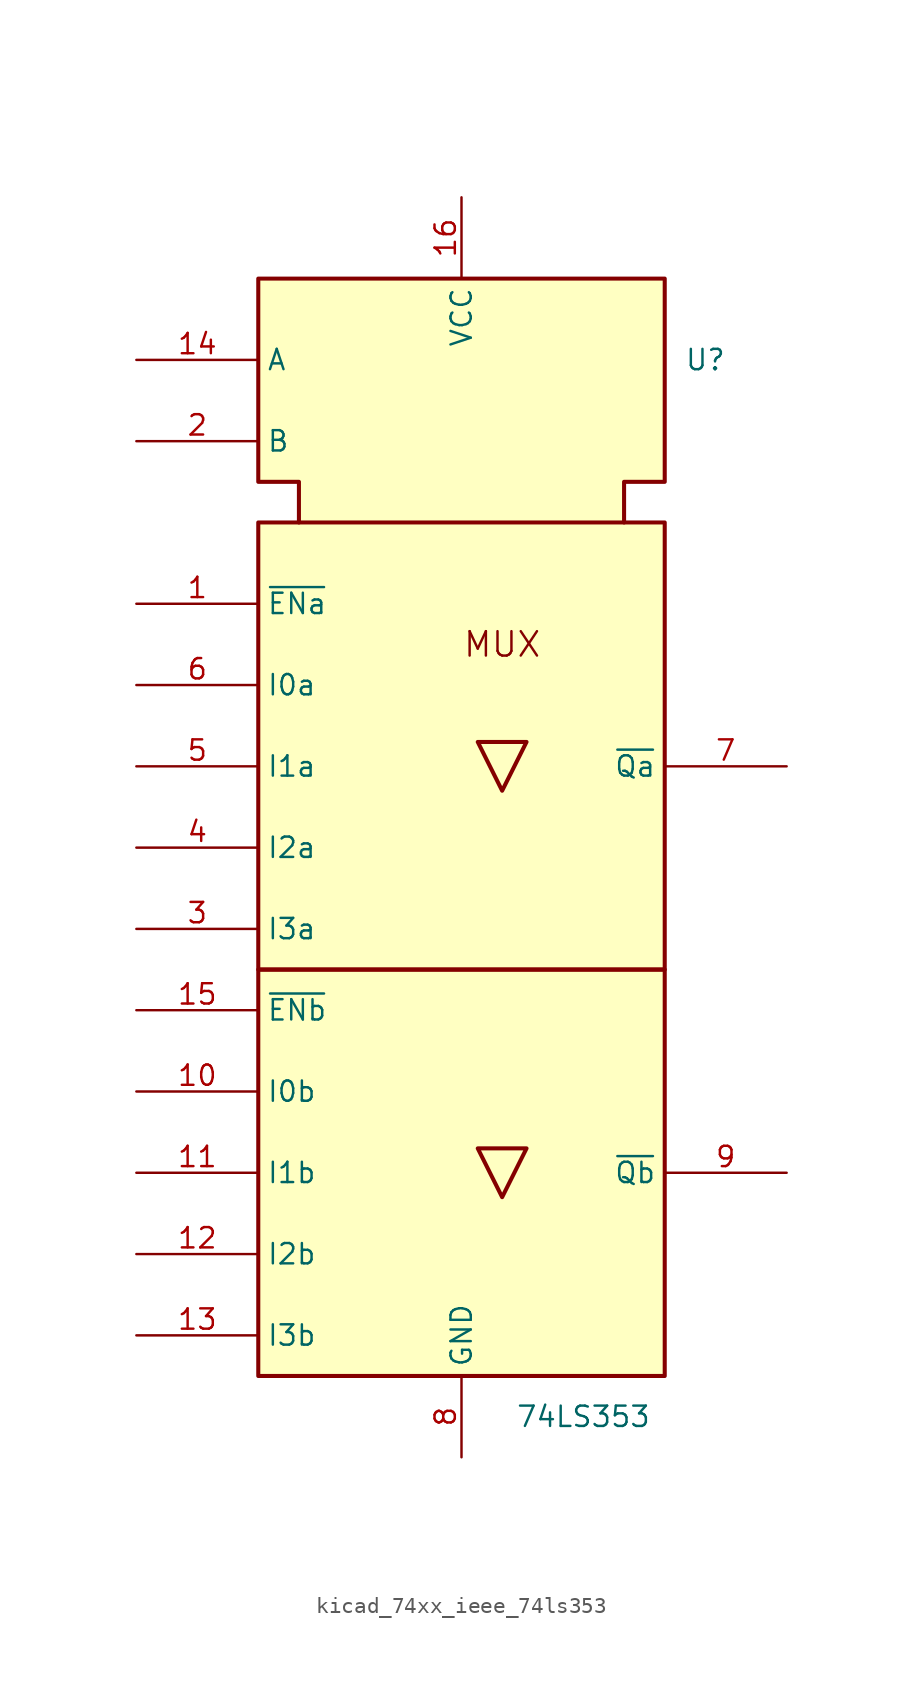
<source format=kicad_sym>
(kicad_symbol_lib
  (version 20220914)
  (generator kicad_symbol_editor)
  (symbol "kicad_74xx_ieee_74ls353"
    (property "Reference" "U"
      (at 15.24 33.02 0)
      (effects (font (size 1.27 1.27))))
    (property "Value" "74LS353"
      (at 7.62 -33.02 0)
      (effects (font (size 1.27 1.27))))
    (symbol "kicad_74xx_ieee_74ls353_0_0"
      (rectangle (start -12.7 -5.08) (end 12.7 -30.48) (stroke (width 0.254) (type default)) (fill (type background)))
      (rectangle (start -12.7 22.86) (end 12.7 -5.08) (stroke (width 0.254) (type default)) (fill (type background)))
      (polyline (pts (xy 4.064 -16.256) (xy 1.016 -16.256) (xy 2.54 -19.304) (xy 4.064 -16.256) (xy 4.064 -16.256)) (stroke (width 0.254) (type default)) (fill (type background)))
      (polyline (pts (xy 4.064 9.144) (xy 1.016 9.144) (xy 2.54 6.096) (xy 4.064 9.144) (xy 4.064 9.144)) (stroke (width 0.254) (type default)) (fill (type background)))
      (polyline (pts (xy -10.16 22.86) (xy -10.16 25.4) (xy -12.7 25.4) (xy -12.7 38.1) (xy 12.7 38.1) (xy 12.7 25.4) (xy 10.16 25.4) (xy 10.16 22.86) (xy 10.16 22.86)) (stroke (width 0.254) (type default)) (fill (type background)))
      (text "MUX" (at 2.54 15.24 0) (effects (font (size 1.524 1.524))))
      (pin power_in line (at 0 43.18 270) (length 5.08) (name "VCC" (effects (font (size 1.27 1.27)))) (number "16" (effects (font (size 1.27 1.27)))))
      (pin power_in line (at 0 -35.56 90) (length 5.08) (name "GND" (effects (font (size 1.27 1.27)))) (number "8" (effects (font (size 1.27 1.27))))))
    (symbol "kicad_74xx_ieee_74ls353_1_1"
      (pin input line (at -20.32 17.78 0) (length 7.62) (name "~{ENa}" (effects (font (size 1.27 1.27)))) (number "1" (effects (font (size 1.27 1.27)))))
      (pin input line (at -20.32 -12.7 0) (length 7.62) (name "I0b" (effects (font (size 1.27 1.27)))) (number "10" (effects (font (size 1.27 1.27)))))
      (pin input line (at -20.32 -17.78 0) (length 7.62) (name "I1b" (effects (font (size 1.27 1.27)))) (number "11" (effects (font (size 1.27 1.27)))))
      (pin input line (at -20.32 -22.86 0) (length 7.62) (name "I2b" (effects (font (size 1.27 1.27)))) (number "12" (effects (font (size 1.27 1.27)))))
      (pin input line (at -20.32 -27.94 0) (length 7.62) (name "I3b" (effects (font (size 1.27 1.27)))) (number "13" (effects (font (size 1.27 1.27)))))
      (pin input line (at -20.32 33.02 0) (length 7.62) (name "A" (effects (font (size 1.27 1.27)))) (number "14" (effects (font (size 1.27 1.27)))))
      (pin input line (at -20.32 -7.62 0) (length 7.62) (name "~{ENb}" (effects (font (size 1.27 1.27)))) (number "15" (effects (font (size 1.27 1.27)))))
      (pin input line (at -20.32 27.94 0) (length 7.62) (name "B" (effects (font (size 1.27 1.27)))) (number "2" (effects (font (size 1.27 1.27)))))
      (pin input line (at -20.32 -2.54 0) (length 7.62) (name "I3a" (effects (font (size 1.27 1.27)))) (number "3" (effects (font (size 1.27 1.27)))))
      (pin input line (at -20.32 2.54 0) (length 7.62) (name "I2a" (effects (font (size 1.27 1.27)))) (number "4" (effects (font (size 1.27 1.27)))))
      (pin input line (at -20.32 7.62 0) (length 7.62) (name "I1a" (effects (font (size 1.27 1.27)))) (number "5" (effects (font (size 1.27 1.27)))))
      (pin input line (at -20.32 12.7 0) (length 7.62) (name "I0a" (effects (font (size 1.27 1.27)))) (number "6" (effects (font (size 1.27 1.27)))))
      (pin tri_state line (at 20.32 7.62 180) (length 7.62) (name "~{Qa}" (effects (font (size 1.27 1.27)))) (number "7" (effects (font (size 1.27 1.27)))))
      (pin tri_state line (at 20.32 -17.78 180) (length 7.62) (name "~{Qb}" (effects (font (size 1.27 1.27)))) (number "9" (effects (font (size 1.27 1.27))))))))
</source>
